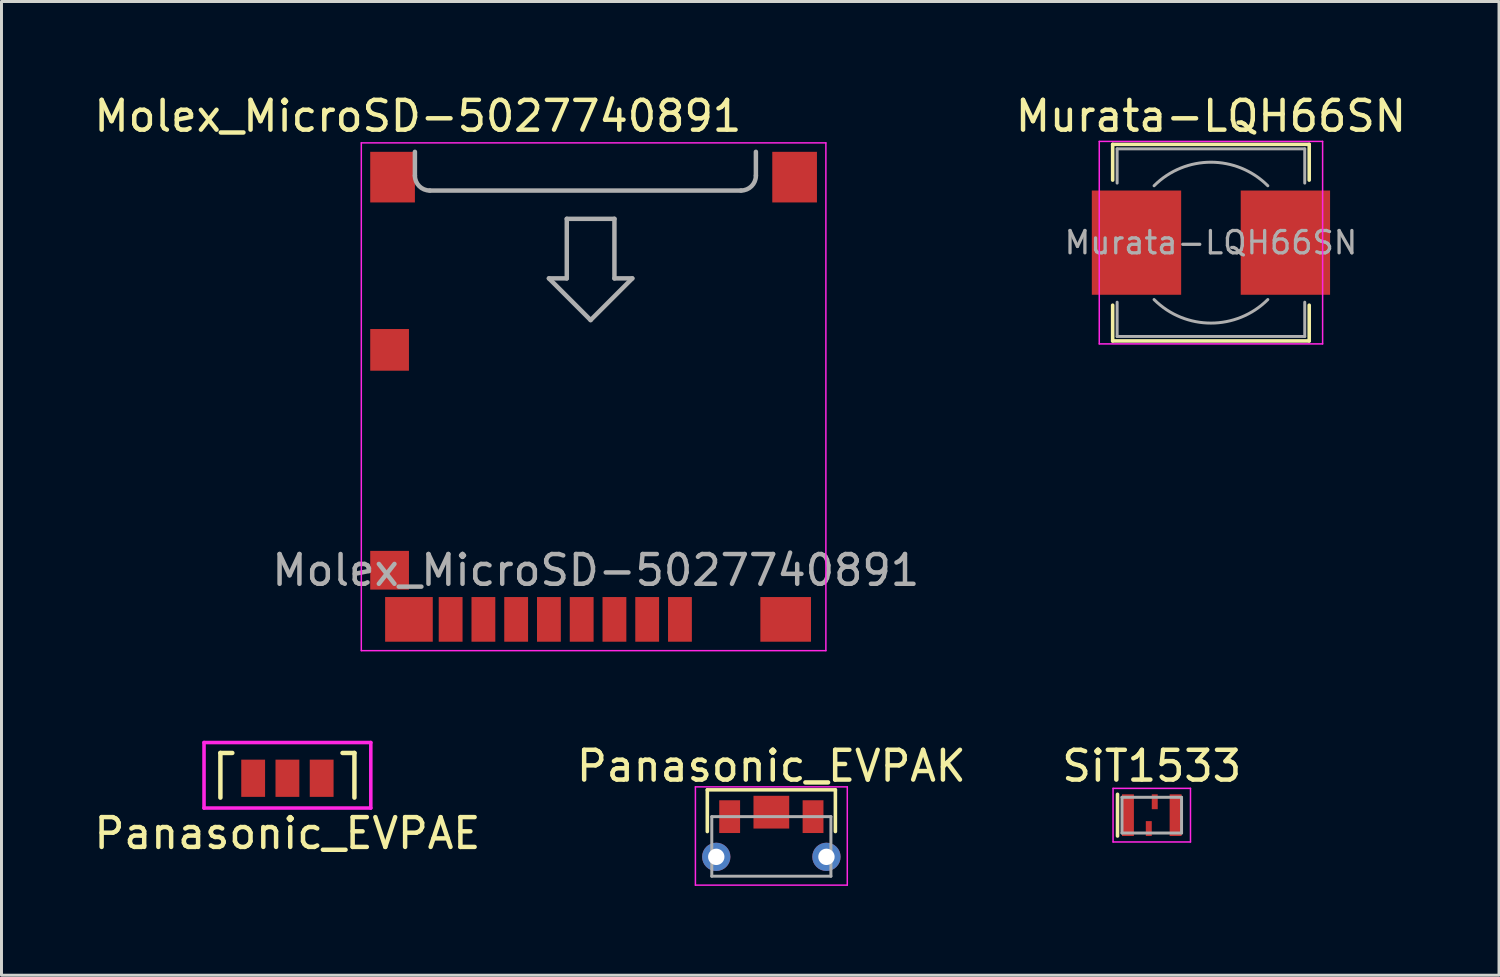
<source format=kicad_pcb>
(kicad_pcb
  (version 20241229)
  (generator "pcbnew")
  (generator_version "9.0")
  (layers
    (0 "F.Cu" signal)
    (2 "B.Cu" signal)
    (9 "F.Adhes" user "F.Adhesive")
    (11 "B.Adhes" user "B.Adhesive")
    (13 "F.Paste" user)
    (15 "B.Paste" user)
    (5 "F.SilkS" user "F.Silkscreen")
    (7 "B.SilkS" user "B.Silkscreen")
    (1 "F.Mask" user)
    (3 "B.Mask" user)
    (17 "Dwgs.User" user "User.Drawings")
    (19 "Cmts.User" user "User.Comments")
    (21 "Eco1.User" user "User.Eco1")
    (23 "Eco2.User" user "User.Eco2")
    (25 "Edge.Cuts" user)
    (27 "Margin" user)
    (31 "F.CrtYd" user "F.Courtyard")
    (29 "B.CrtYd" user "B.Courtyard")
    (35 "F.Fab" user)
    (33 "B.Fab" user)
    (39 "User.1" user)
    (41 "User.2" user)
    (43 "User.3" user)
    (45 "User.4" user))
  (footprint "SiT1533"
    (layer "F.Cu")
    (at 35.625 24.322)
    (property "Reference" "SiT1533" (at 0 -1.65 0) (layer "F.SilkS") (effects (font (size 1 1) (thickness 0.15))))
    (attr through_hole)
    (fp_line (start -1.15 -0.7) (end -1.15 0.7) (stroke (width 0.12) (type solid)) (layer "F.SilkS"))
    (fp_line (start -1.3 -0.9) (end -1.3 0.9) (stroke (width 0.05) (type solid)) (layer "F.CrtYd"))
    (fp_line (start -1.3 0.9) (end 1.3 0.9) (stroke (width 0.05) (type solid)) (layer "F.CrtYd"))
    (fp_line (start 1.3 -0.9) (end -1.3 -0.9) (stroke (width 0.05) (type solid)) (layer "F.CrtYd"))
    (fp_line (start 1.3 0.9) (end 1.3 -0.9) (stroke (width 0.05) (type solid)) (layer "F.CrtYd"))
    (fp_line (start -1 -0.6) (end 1 -0.6) (stroke (width 0.1) (type solid)) (layer "F.Fab"))
    (fp_line (start -1 0.6) (end -1 -0.6) (stroke (width 0.1) (type solid)) (layer "F.Fab"))
    (fp_line (start 1 -0.6) (end 1 0.6) (stroke (width 0.1) (type solid)) (layer "F.Fab"))
    (fp_line (start 1 0.6) (end -1 0.6) (stroke (width 0.1) (type solid)) (layer "F.Fab"))
    (pad "1" smd rect (at -0.8 0) (size 0.4 1.4) (layers "F.Cu" "F.Mask" "F.Paste"))
    (pad "2" smd rect (at -0.1 0.45) (size 0.2 0.5) (layers "F.Cu" "F.Mask" "F.Paste"))
    (pad "3" smd rect (at 0.8 0) (size 0.4 1.4) (layers "F.Cu" "F.Mask" "F.Paste"))
    (pad "4" smd rect (at 0.1 -0.45) (size 0.2 0.5) (layers "F.Cu" "F.Mask" "F.Paste")))
  (footprint "Molex_MicroSD-5027740891"
    (layer "F.Cu")
    (at 10.882 2.048)
    (property "Reference" "Molex_MicroSD-5027740891" (at 0.1 -1.2 0) (layer "F.SilkS") (effects (font (size 1 1) (thickness 0.15))))
    (attr smd)
    (fp_line (start -1.8 -0.3) (end 13.8 -0.3) (stroke (width 0.05) (type solid)) (layer "F.CrtYd"))
    (fp_line (start -1.8 16.75) (end -1.8 -0.3) (stroke (width 0.05) (type solid)) (layer "F.CrtYd"))
    (fp_line (start 13.8 -0.3) (end 13.8 16.75) (stroke (width 0.05) (type solid)) (layer "F.CrtYd"))
    (fp_line (start 13.8 16.75) (end -1.8 16.75) (stroke (width 0.05) (type solid)) (layer "F.CrtYd"))
    (fp_line (start 0 0.8) (end 0 0) (stroke (width 0.15) (type solid)) (layer "F.Fab"))
    (fp_line (start 4.5 4.25) (end 5.1 4.25) (stroke (width 0.15) (type solid)) (layer "F.Fab"))
    (fp_line (start 5.1 2.25) (end 6.7 2.25) (stroke (width 0.15) (type solid)) (layer "F.Fab"))
    (fp_line (start 5.1 4.25) (end 5.1 2.25) (stroke (width 0.15) (type solid)) (layer "F.Fab"))
    (fp_line (start 5.9 5.65) (end 4.5 4.25) (stroke (width 0.15) (type solid)) (layer "F.Fab"))
    (fp_line (start 6.7 2.25) (end 6.7 4.25) (stroke (width 0.15) (type solid)) (layer "F.Fab"))
    (fp_line (start 6.7 4.25) (end 7.3 4.25) (stroke (width 0.15) (type solid)) (layer "F.Fab"))
    (fp_line (start 7.3 4.25) (end 5.9 5.65) (stroke (width 0.15) (type solid)) (layer "F.Fab"))
    (fp_line (start 10.95 1.3) (end 0.5 1.3) (stroke (width 0.15) (type solid)) (layer "F.Fab"))
    (fp_line (start 11.45 0.8) (end 11.45 0) (stroke (width 0.15) (type solid)) (layer "F.Fab"))
    (fp_arc (start 0.5 1.3) (mid 0.146447 1.153553) (end 0 0.8) (stroke (width 0.15) (type solid)) (layer "F.Fab"))
    (fp_arc (start 11.45 0.8) (mid 11.303553 1.153553) (end 10.95 1.3) (stroke (width 0.15) (type solid)) (layer "F.Fab"))
    (fp_text user "${REFERENCE}" (at 6.075 14.05 0) (layer "F.Fab") (effects (font (size 1 1) (thickness 0.15))))
    (pad "1" smd rect (at 8.9 15.7) (size 0.8 1.5) (layers "F.Cu" "F.Mask" "F.Paste"))
    (pad "2" smd rect (at 7.8 15.7) (size 0.8 1.5) (layers "F.Cu" "F.Mask" "F.Paste"))
    (pad "3" smd rect (at 6.7 15.7) (size 0.8 1.5) (layers "F.Cu" "F.Mask" "F.Paste"))
    (pad "4" smd rect (at 5.6 15.7) (size 0.8 1.5) (layers "F.Cu" "F.Mask" "F.Paste"))
    (pad "5" smd rect (at 4.5 15.7) (size 0.8 1.5) (layers "F.Cu" "F.Mask" "F.Paste"))
    (pad "6" smd rect (at 3.4 15.7) (size 0.8 1.5) (layers "F.Cu" "F.Mask" "F.Paste"))
    (pad "7" smd rect (at 2.3 15.7) (size 0.8 1.5) (layers "F.Cu" "F.Mask" "F.Paste"))
    (pad "8" smd rect (at 1.2 15.7) (size 0.8 1.5) (layers "F.Cu" "F.Mask" "F.Paste"))
    (pad "9" smd rect (at -0.85 14.05) (size 1.3 1.3) (layers "F.Cu" "F.Mask" "F.Paste"))
    (pad "10" smd rect (at -0.85 6.65) (size 1.3 1.4) (layers "F.Cu" "F.Mask" "F.Paste"))
    (pad "11" smd rect (at -0.75 0.85) (size 1.5 1.7) (layers "F.Cu" "F.Mask" "F.Paste"))
    (pad "11" smd rect (at -0.2 15.7) (size 1.6 1.5) (layers "F.Cu" "F.Mask" "F.Paste"))
    (pad "11" smd rect (at 12.45 15.7) (size 1.7 1.5) (layers "F.Cu" "F.Mask" "F.Paste"))
    (pad "11" smd rect (at 12.75 0.85) (size 1.5 1.7) (layers "F.Cu" "F.Mask" "F.Paste")))
  (footprint "Panasonic_EVPAK"
    (layer "F.Cu")
    (at 22.851 24.372)
    (property "Reference" "Panasonic_EVPAK" (at 0 -1.7 0) (layer "F.SilkS") (effects (font (size 1 1) (thickness 0.15))))
    (attr through_hole)
    (fp_line (start -2.15 -0.9) (end -2.15 0.5) (stroke (width 0.12) (type solid)) (layer "F.SilkS"))
    (fp_line (start -2.15 -0.9) (end 2.15 -0.9) (stroke (width 0.12) (type solid)) (layer "F.SilkS"))
    (fp_line (start 2.15 -0.9) (end 2.15 0.5) (stroke (width 0.12) (type solid)) (layer "F.SilkS"))
    (fp_line (start -2.55 -1) (end 2.55 -1) (stroke (width 0.05) (type solid)) (layer "F.CrtYd"))
    (fp_line (start -2.55 2.3) (end -2.55 -1) (stroke (width 0.05) (type solid)) (layer "F.CrtYd"))
    (fp_line (start 2.55 -1) (end 2.55 2.3) (stroke (width 0.05) (type solid)) (layer "F.CrtYd"))
    (fp_line (start 2.55 2.3) (end -2.55 2.3) (stroke (width 0.05) (type solid)) (layer "F.CrtYd"))
    (fp_line (start -2 0) (end 2 0) (stroke (width 0.1) (type solid)) (layer "F.Fab"))
    (fp_line (start -2 2) (end -2 0) (stroke (width 0.1) (type solid)) (layer "F.Fab"))
    (fp_line (start 2 0) (end 2 2) (stroke (width 0.1) (type solid)) (layer "F.Fab"))
    (fp_line (start 2 2) (end -2 2) (stroke (width 0.1) (type solid)) (layer "F.Fab"))
    (pad "" smd rect (at 0 -0.15) (size 1.2 1.1) (layers "F.Cu" "F.Mask" "F.Paste"))
    (pad "" thru_hole circle (at 1.85 1.35) (size 0.95 0.95) (drill 0.55) (layers "*.Cu" "*.Mask"))
    (pad " " thru_hole circle (at -1.85 1.35) (size 0.95 0.95) (drill 0.55) (layers "*.Cu" "*.Mask"))
    (pad "1" smd rect (at -1.4 0) (size 0.7 1.1) (layers "F.Cu" "F.Mask" "F.Paste"))
    (pad "2" smd rect (at 1.4 0) (size 0.7 1.1) (layers "F.Cu" "F.Mask" "F.Paste")))
  (footprint "Murata-LQH66SN"
    (layer "F.Cu")
    (at 37.612 5.098)
    (property "Reference" "Murata-LQH66SN" (at 0 -4.25 0) (layer "F.SilkS") (effects (font (size 1 1) (thickness 0.15))))
    (attr smd)
    (fp_line (start -3.3 -3.3) (end 3.3 -3.3) (stroke (width 0.12) (type solid)) (layer "F.SilkS"))
    (fp_line (start -3.3 -2.1) (end -3.3 -3.3) (stroke (width 0.12) (type solid)) (layer "F.SilkS"))
    (fp_line (start -3.3 3.3) (end -3.3 2.1) (stroke (width 0.12) (type solid)) (layer "F.SilkS"))
    (fp_line (start 3.3 -3.3) (end 3.3 -2.1) (stroke (width 0.12) (type solid)) (layer "F.SilkS"))
    (fp_line (start 3.3 2.1) (end 3.3 3.3) (stroke (width 0.12) (type solid)) (layer "F.SilkS"))
    (fp_line (start 3.3 3.3) (end -3.3 3.3) (stroke (width 0.12) (type solid)) (layer "F.SilkS"))
    (fp_line (start -3.75 -3.4) (end -3.75 3.4) (stroke (width 0.05) (type solid)) (layer "F.CrtYd"))
    (fp_line (start -3.75 3.4) (end 3.75 3.4) (stroke (width 0.05) (type solid)) (layer "F.CrtYd"))
    (fp_line (start 3.75 -3.4) (end -3.75 -3.4) (stroke (width 0.05) (type solid)) (layer "F.CrtYd"))
    (fp_line (start 3.75 3.4) (end 3.75 -3.4) (stroke (width 0.05) (type solid)) (layer "F.CrtYd"))
    (fp_line (start -3.15 -3.15) (end -3.15 -2) (stroke (width 0.1) (type solid)) (layer "F.Fab"))
    (fp_line (start -3.15 -3.15) (end 3.15 -3.15) (stroke (width 0.1) (type solid)) (layer "F.Fab"))
    (fp_line (start -3.15 3.15) (end -3.15 2) (stroke (width 0.1) (type solid)) (layer "F.Fab"))
    (fp_line (start -3.15 3.15) (end 3.15 3.15) (stroke (width 0.1) (type solid)) (layer "F.Fab"))
    (fp_line (start 3.15 -3.15) (end 3.15 -2) (stroke (width 0.1) (type solid)) (layer "F.Fab"))
    (fp_line (start 3.15 3.15) (end 3.15 2) (stroke (width 0.1) (type solid)) (layer "F.Fab"))
    (fp_arc (start -1.91 -1.91) (mid 0 -2.701148) (end 1.91 -1.91) (stroke (width 0.1) (type solid)) (layer "F.Fab"))
    (fp_arc (start 1.91 1.91) (mid 0 2.701148) (end -1.91 1.91) (stroke (width 0.1) (type solid)) (layer "F.Fab"))
    (fp_text user "${REFERENCE}" (at 0 0 180) (layer "F.Fab") (effects (font (size 0.75 0.75) (thickness 0.11))))
    (pad "1" smd rect (at -2.5 0) (size 3 3.5) (layers "F.Cu" "F.Mask" "F.Paste"))
    (pad "2" smd rect (at 2.5 0) (size 3 3.5) (layers "F.Cu" "F.Mask" "F.Paste")))
  (footprint "Panasonic_EVPAE"
    (layer "F.Cu")
    (at 6.601 23.083)
    (property "Reference" "Panasonic_EVPAE" (at 0 1.85 0) (layer "F.SilkS") (effects (font (size 1 1) (thickness 0.15))))
    (attr through_hole)
    (fp_line (start -2.25 -0.85) (end -2.25 0.65) (stroke (width 0.15) (type solid)) (layer "F.SilkS"))
    (fp_line (start -2.25 -0.85) (end -1.85 -0.85) (stroke (width 0.15) (type solid)) (layer "F.SilkS"))
    (fp_line (start 1.85 -0.85) (end 2.25 -0.85) (stroke (width 0.15) (type solid)) (layer "F.SilkS"))
    (fp_line (start 2.25 -0.85) (end 2.25 0.65) (stroke (width 0.15) (type solid)) (layer "F.SilkS"))
    (fp_line (start -2.8 -1.2) (end 2.8 -1.2) (stroke (width 0.12) (type solid)) (layer "F.CrtYd"))
    (fp_line (start -2.8 1) (end -2.8 -1.2) (stroke (width 0.12) (type solid)) (layer "F.CrtYd"))
    (fp_line (start -2.8 1) (end 2.8 1) (stroke (width 0.12) (type solid)) (layer "F.CrtYd"))
    (fp_line (start 2.8 -1.2) (end 2.8 1) (stroke (width 0.12) (type solid)) (layer "F.CrtYd"))
    (pad "1" smd rect (at -1.15 0) (size 0.8 1.25) (layers "F.Cu" "F.Mask" "F.Paste"))
    (pad "1" smd rect (at 1.15 0) (size 0.8 1.25) (layers "F.Cu" "F.Mask" "F.Paste"))
    (pad "2" smd rect (at 0 0) (size 0.8 1.25) (layers "F.Cu" "F.Mask" "F.Paste")))
  (gr_rect
    (start -3 -3)
    (end 47.285 29.697)
    (stroke (width 0.1) (type default))
    (fill no)
    (layer "Edge.Cuts")))
</source>
